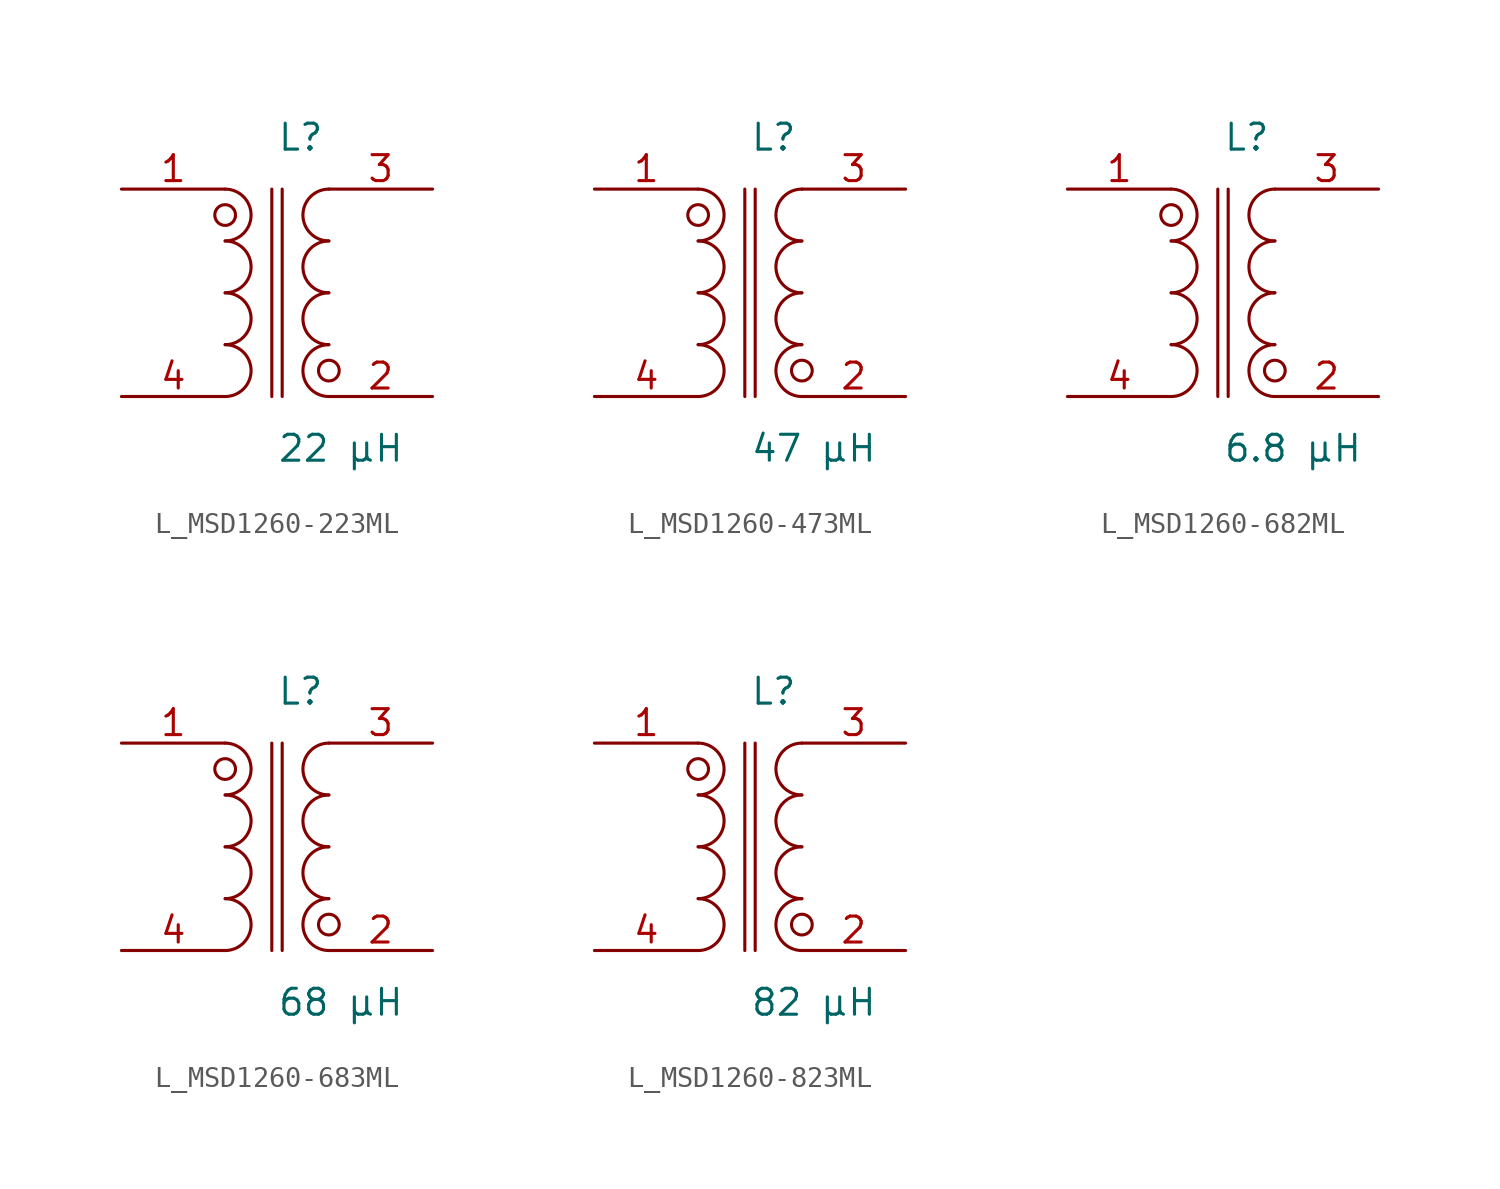
<source format=kicad_sym>
(kicad_symbol_lib
  (version 20231120)
  (generator kicad_symbol_editor)
  (generator_version 8.0)
  (symbol "L_MSD1260-223ML"
    (pin_names
      (offset 0.254))
    (property "Value" "22 µH"
      (at 0 -7.62 0)
      (effects (font (size 1.27 1.27)) (justify left)))
    (property "Reference" "L"
      (at 0 7.62 0)
      (effects (font (size 1.27 1.27)) (justify left)))
    (symbol "L_MSD1260-223ML_1_1"
      (arc (start -2.54 -5.08) (mid -1.27 -3.81) (end -2.54 -2.54) (stroke (width 0) (type default)) (fill (type none)))
      (arc (start -2.54 -2.54) (mid -1.27 -1.27) (end -2.54 0.0) (stroke (width 0) (type default)) (fill (type none)))
      (arc (start -2.54 0.0) (mid -1.27 1.27) (end -2.54 2.54) (stroke (width 0) (type default)) (fill (type none)))
      (arc (start -2.54 2.54) (mid -1.27 3.81) (end -2.54 5.08) (stroke (width 0) (type default)) (fill (type none)))
      (arc (start 2.54 5.08) (mid 1.27 3.81) (end 2.54 2.54) (stroke (width 0) (type default)) (fill (type none)))
      (arc (start 2.54 2.54) (mid 1.27 1.27) (end 2.54 0.0) (stroke (width 0) (type default)) (fill (type none)))
      (arc (start 2.54 0.0) (mid 1.27 -1.27) (end 2.54 -2.54) (stroke (width 0) (type default)) (fill (type none)))
      (arc (start 2.54 -2.54) (mid 1.27 -3.81) (end 2.54 -5.08) (stroke (width 0) (type default)) (fill (type none)))
      (circle (center -2.54 3.81) (radius 0.508) (stroke (width 0) (type default)) (fill (type none)))
      (circle (center 2.54 -3.81) (radius 0.508) (stroke (width 0) (type default)) (fill (type none)))
      (polyline (pts (xy -0.254 5.08) (xy -0.254 -5.08)) (stroke (width 0) (type default)) (fill (type none)))
      (polyline (pts (xy 0.254 5.08) (xy 0.254 -5.08)) (stroke (width 0) (type default)) (fill (type none)))
      (pin unspecified line (at -7.62 5.08 0) (length 5.08) (name "" (effects (font (size 1.27 1.27)))) (number "1" (effects (font (size 1.27 1.27)))))
      (pin unspecified line (at -7.62 -5.08 0) (length 5.08) (name "" (effects (font (size 1.27 1.27)))) (number "4" (effects (font (size 1.27 1.27)))))
      (pin unspecified line (at 7.62 5.08 180) (length 5.08) (name "" (effects (font (size 1.27 1.27)))) (number "3" (effects (font (size 1.27 1.27)))))
      (pin unspecified line (at 7.62 -5.08 180) (length 5.08) (name "" (effects (font (size 1.27 1.27)))) (number "2" (effects (font (size 1.27 1.27)))))))
  (symbol "L_MSD1260-473ML"
    (pin_names
      (offset 0.254))
    (property "Value" "47 µH"
      (at 0 -7.62 0)
      (effects (font (size 1.27 1.27)) (justify left)))
    (property "Reference" "L"
      (at 0 7.62 0)
      (effects (font (size 1.27 1.27)) (justify left)))
    (symbol "L_MSD1260-473ML_1_1"
      (arc (start -2.54 -5.08) (mid -1.27 -3.81) (end -2.54 -2.54) (stroke (width 0) (type default)) (fill (type none)))
      (arc (start -2.54 -2.54) (mid -1.27 -1.27) (end -2.54 0.0) (stroke (width 0) (type default)) (fill (type none)))
      (arc (start -2.54 0.0) (mid -1.27 1.27) (end -2.54 2.54) (stroke (width 0) (type default)) (fill (type none)))
      (arc (start -2.54 2.54) (mid -1.27 3.81) (end -2.54 5.08) (stroke (width 0) (type default)) (fill (type none)))
      (arc (start 2.54 5.08) (mid 1.27 3.81) (end 2.54 2.54) (stroke (width 0) (type default)) (fill (type none)))
      (arc (start 2.54 2.54) (mid 1.27 1.27) (end 2.54 0.0) (stroke (width 0) (type default)) (fill (type none)))
      (arc (start 2.54 0.0) (mid 1.27 -1.27) (end 2.54 -2.54) (stroke (width 0) (type default)) (fill (type none)))
      (arc (start 2.54 -2.54) (mid 1.27 -3.81) (end 2.54 -5.08) (stroke (width 0) (type default)) (fill (type none)))
      (circle (center -2.54 3.81) (radius 0.508) (stroke (width 0) (type default)) (fill (type none)))
      (circle (center 2.54 -3.81) (radius 0.508) (stroke (width 0) (type default)) (fill (type none)))
      (polyline (pts (xy -0.254 5.08) (xy -0.254 -5.08)) (stroke (width 0) (type default)) (fill (type none)))
      (polyline (pts (xy 0.254 5.08) (xy 0.254 -5.08)) (stroke (width 0) (type default)) (fill (type none)))
      (pin unspecified line (at -7.62 5.08 0) (length 5.08) (name "" (effects (font (size 1.27 1.27)))) (number "1" (effects (font (size 1.27 1.27)))))
      (pin unspecified line (at -7.62 -5.08 0) (length 5.08) (name "" (effects (font (size 1.27 1.27)))) (number "4" (effects (font (size 1.27 1.27)))))
      (pin unspecified line (at 7.62 5.08 180) (length 5.08) (name "" (effects (font (size 1.27 1.27)))) (number "3" (effects (font (size 1.27 1.27)))))
      (pin unspecified line (at 7.62 -5.08 180) (length 5.08) (name "" (effects (font (size 1.27 1.27)))) (number "2" (effects (font (size 1.27 1.27)))))))
  (symbol "L_MSD1260-682ML"
    (pin_names
      (offset 0.254))
    (property "Value" "6.8 µH"
      (at 0 -7.62 0)
      (effects (font (size 1.27 1.27)) (justify left)))
    (property "Reference" "L"
      (at 0 7.62 0)
      (effects (font (size 1.27 1.27)) (justify left)))
    (symbol "L_MSD1260-682ML_1_1"
      (arc (start -2.54 -5.08) (mid -1.27 -3.81) (end -2.54 -2.54) (stroke (width 0) (type default)) (fill (type none)))
      (arc (start -2.54 -2.54) (mid -1.27 -1.27) (end -2.54 0.0) (stroke (width 0) (type default)) (fill (type none)))
      (arc (start -2.54 0.0) (mid -1.27 1.27) (end -2.54 2.54) (stroke (width 0) (type default)) (fill (type none)))
      (arc (start -2.54 2.54) (mid -1.27 3.81) (end -2.54 5.08) (stroke (width 0) (type default)) (fill (type none)))
      (arc (start 2.54 5.08) (mid 1.27 3.81) (end 2.54 2.54) (stroke (width 0) (type default)) (fill (type none)))
      (arc (start 2.54 2.54) (mid 1.27 1.27) (end 2.54 0.0) (stroke (width 0) (type default)) (fill (type none)))
      (arc (start 2.54 0.0) (mid 1.27 -1.27) (end 2.54 -2.54) (stroke (width 0) (type default)) (fill (type none)))
      (arc (start 2.54 -2.54) (mid 1.27 -3.81) (end 2.54 -5.08) (stroke (width 0) (type default)) (fill (type none)))
      (circle (center -2.54 3.81) (radius 0.508) (stroke (width 0) (type default)) (fill (type none)))
      (circle (center 2.54 -3.81) (radius 0.508) (stroke (width 0) (type default)) (fill (type none)))
      (polyline (pts (xy -0.254 5.08) (xy -0.254 -5.08)) (stroke (width 0) (type default)) (fill (type none)))
      (polyline (pts (xy 0.254 5.08) (xy 0.254 -5.08)) (stroke (width 0) (type default)) (fill (type none)))
      (pin unspecified line (at -7.62 5.08 0) (length 5.08) (name "" (effects (font (size 1.27 1.27)))) (number "1" (effects (font (size 1.27 1.27)))))
      (pin unspecified line (at -7.62 -5.08 0) (length 5.08) (name "" (effects (font (size 1.27 1.27)))) (number "4" (effects (font (size 1.27 1.27)))))
      (pin unspecified line (at 7.62 5.08 180) (length 5.08) (name "" (effects (font (size 1.27 1.27)))) (number "3" (effects (font (size 1.27 1.27)))))
      (pin unspecified line (at 7.62 -5.08 180) (length 5.08) (name "" (effects (font (size 1.27 1.27)))) (number "2" (effects (font (size 1.27 1.27)))))))
  (symbol "L_MSD1260-683ML"
    (pin_names
      (offset 0.254))
    (property "Value" "68 µH"
      (at 0 -7.62 0)
      (effects (font (size 1.27 1.27)) (justify left)))
    (property "Reference" "L"
      (at 0 7.62 0)
      (effects (font (size 1.27 1.27)) (justify left)))
    (symbol "L_MSD1260-683ML_1_1"
      (arc (start -2.54 -5.08) (mid -1.27 -3.81) (end -2.54 -2.54) (stroke (width 0) (type default)) (fill (type none)))
      (arc (start -2.54 -2.54) (mid -1.27 -1.27) (end -2.54 0.0) (stroke (width 0) (type default)) (fill (type none)))
      (arc (start -2.54 0.0) (mid -1.27 1.27) (end -2.54 2.54) (stroke (width 0) (type default)) (fill (type none)))
      (arc (start -2.54 2.54) (mid -1.27 3.81) (end -2.54 5.08) (stroke (width 0) (type default)) (fill (type none)))
      (arc (start 2.54 5.08) (mid 1.27 3.81) (end 2.54 2.54) (stroke (width 0) (type default)) (fill (type none)))
      (arc (start 2.54 2.54) (mid 1.27 1.27) (end 2.54 0.0) (stroke (width 0) (type default)) (fill (type none)))
      (arc (start 2.54 0.0) (mid 1.27 -1.27) (end 2.54 -2.54) (stroke (width 0) (type default)) (fill (type none)))
      (arc (start 2.54 -2.54) (mid 1.27 -3.81) (end 2.54 -5.08) (stroke (width 0) (type default)) (fill (type none)))
      (circle (center -2.54 3.81) (radius 0.508) (stroke (width 0) (type default)) (fill (type none)))
      (circle (center 2.54 -3.81) (radius 0.508) (stroke (width 0) (type default)) (fill (type none)))
      (polyline (pts (xy -0.254 5.08) (xy -0.254 -5.08)) (stroke (width 0) (type default)) (fill (type none)))
      (polyline (pts (xy 0.254 5.08) (xy 0.254 -5.08)) (stroke (width 0) (type default)) (fill (type none)))
      (pin unspecified line (at -7.62 5.08 0) (length 5.08) (name "" (effects (font (size 1.27 1.27)))) (number "1" (effects (font (size 1.27 1.27)))))
      (pin unspecified line (at -7.62 -5.08 0) (length 5.08) (name "" (effects (font (size 1.27 1.27)))) (number "4" (effects (font (size 1.27 1.27)))))
      (pin unspecified line (at 7.62 5.08 180) (length 5.08) (name "" (effects (font (size 1.27 1.27)))) (number "3" (effects (font (size 1.27 1.27)))))
      (pin unspecified line (at 7.62 -5.08 180) (length 5.08) (name "" (effects (font (size 1.27 1.27)))) (number "2" (effects (font (size 1.27 1.27)))))))
  (symbol "L_MSD1260-823ML"
    (pin_names
      (offset 0.254))
    (property "Value" "82 µH"
      (at 0 -7.62 0)
      (effects (font (size 1.27 1.27)) (justify left)))
    (property "Reference" "L"
      (at 0 7.62 0)
      (effects (font (size 1.27 1.27)) (justify left)))
    (symbol "L_MSD1260-823ML_1_1"
      (arc (start -2.54 -5.08) (mid -1.27 -3.81) (end -2.54 -2.54) (stroke (width 0) (type default)) (fill (type none)))
      (arc (start -2.54 -2.54) (mid -1.27 -1.27) (end -2.54 0.0) (stroke (width 0) (type default)) (fill (type none)))
      (arc (start -2.54 0.0) (mid -1.27 1.27) (end -2.54 2.54) (stroke (width 0) (type default)) (fill (type none)))
      (arc (start -2.54 2.54) (mid -1.27 3.81) (end -2.54 5.08) (stroke (width 0) (type default)) (fill (type none)))
      (arc (start 2.54 5.08) (mid 1.27 3.81) (end 2.54 2.54) (stroke (width 0) (type default)) (fill (type none)))
      (arc (start 2.54 2.54) (mid 1.27 1.27) (end 2.54 0.0) (stroke (width 0) (type default)) (fill (type none)))
      (arc (start 2.54 0.0) (mid 1.27 -1.27) (end 2.54 -2.54) (stroke (width 0) (type default)) (fill (type none)))
      (arc (start 2.54 -2.54) (mid 1.27 -3.81) (end 2.54 -5.08) (stroke (width 0) (type default)) (fill (type none)))
      (circle (center -2.54 3.81) (radius 0.508) (stroke (width 0) (type default)) (fill (type none)))
      (circle (center 2.54 -3.81) (radius 0.508) (stroke (width 0) (type default)) (fill (type none)))
      (polyline (pts (xy -0.254 5.08) (xy -0.254 -5.08)) (stroke (width 0) (type default)) (fill (type none)))
      (polyline (pts (xy 0.254 5.08) (xy 0.254 -5.08)) (stroke (width 0) (type default)) (fill (type none)))
      (pin unspecified line (at -7.62 5.08 0) (length 5.08) (name "" (effects (font (size 1.27 1.27)))) (number "1" (effects (font (size 1.27 1.27)))))
      (pin unspecified line (at -7.62 -5.08 0) (length 5.08) (name "" (effects (font (size 1.27 1.27)))) (number "4" (effects (font (size 1.27 1.27)))))
      (pin unspecified line (at 7.62 5.08 180) (length 5.08) (name "" (effects (font (size 1.27 1.27)))) (number "3" (effects (font (size 1.27 1.27)))))
      (pin unspecified line (at 7.62 -5.08 180) (length 5.08) (name "" (effects (font (size 1.27 1.27)))) (number "2" (effects (font (size 1.27 1.27))))))))
</source>
